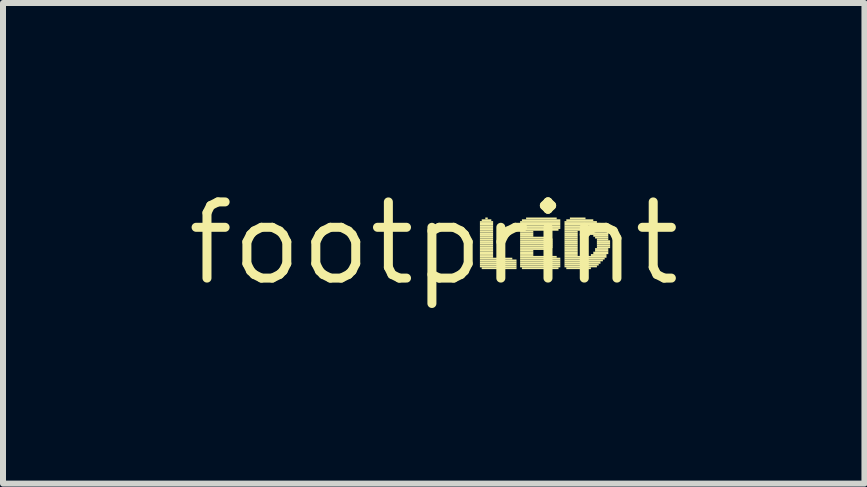
<source format=kicad_pcb>
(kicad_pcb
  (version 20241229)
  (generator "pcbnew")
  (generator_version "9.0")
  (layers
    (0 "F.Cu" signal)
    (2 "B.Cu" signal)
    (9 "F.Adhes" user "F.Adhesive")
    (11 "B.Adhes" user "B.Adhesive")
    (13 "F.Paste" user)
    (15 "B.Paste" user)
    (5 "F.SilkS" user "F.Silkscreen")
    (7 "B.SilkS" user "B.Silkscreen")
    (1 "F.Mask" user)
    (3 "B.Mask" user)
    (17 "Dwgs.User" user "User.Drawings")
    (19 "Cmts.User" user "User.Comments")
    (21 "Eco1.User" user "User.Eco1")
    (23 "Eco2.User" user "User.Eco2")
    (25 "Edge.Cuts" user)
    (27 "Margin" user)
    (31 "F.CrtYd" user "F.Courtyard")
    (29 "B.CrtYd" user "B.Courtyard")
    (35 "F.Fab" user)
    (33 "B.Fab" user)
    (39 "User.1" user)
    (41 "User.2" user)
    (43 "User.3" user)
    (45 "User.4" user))
  (footprint "footprint"
    (layer "F.Cu")
    (at 4.18 1.006)
    (property "Reference" "footprint" (at 0 0 0) (layer "F.SilkS") (effects (font (size 1.27 1.27) (thickness 0.15))))
    (fp_poly (pts (xy 0.77 -0.34) (xy 0.99 -0.34) (xy 0.99 -0.37) (xy 0.77 -0.37)) (stroke (width 0) (type solid)) (fill yes) (layer "F.SilkS"))
    (fp_poly (pts (xy 0.77 -0.3) (xy 0.99 -0.3) (xy 0.99 -0.34) (xy 0.77 -0.34)) (stroke (width 0) (type solid)) (fill yes) (layer "F.SilkS"))
    (fp_poly (pts (xy 0.77 -0.27) (xy 0.99 -0.27) (xy 0.99 -0.3) (xy 0.77 -0.3)) (stroke (width 0) (type solid)) (fill yes) (layer "F.SilkS"))
    (fp_poly (pts (xy 0.77 -0.24) (xy 0.99 -0.24) (xy 0.99 -0.27) (xy 0.77 -0.27)) (stroke (width 0) (type solid)) (fill yes) (layer "F.SilkS"))
    (fp_poly (pts (xy 0.77 -0.21) (xy 0.99 -0.21) (xy 0.99 -0.24) (xy 0.77 -0.24)) (stroke (width 0) (type solid)) (fill yes) (layer "F.SilkS"))
    (fp_poly (pts (xy 0.77 -0.18) (xy 0.99 -0.18) (xy 0.99 -0.21) (xy 0.77 -0.21)) (stroke (width 0) (type solid)) (fill yes) (layer "F.SilkS"))
    (fp_poly (pts (xy 0.77 -0.14) (xy 0.99 -0.14) (xy 0.99 -0.18) (xy 0.77 -0.18)) (stroke (width 0) (type solid)) (fill yes) (layer "F.SilkS"))
    (fp_poly (pts (xy 0.77 -0.11) (xy 0.99 -0.11) (xy 0.99 -0.14) (xy 0.77 -0.14)) (stroke (width 0) (type solid)) (fill yes) (layer "F.SilkS"))
    (fp_poly (pts (xy 0.77 -0.08) (xy 0.99 -0.08) (xy 0.99 -0.11) (xy 0.77 -0.11)) (stroke (width 0) (type solid)) (fill yes) (layer "F.SilkS"))
    (fp_poly (pts (xy 0.77 -0.05) (xy 0.99 -0.05) (xy 0.99 -0.08) (xy 0.77 -0.08)) (stroke (width 0) (type solid)) (fill yes) (layer "F.SilkS"))
    (fp_poly (pts (xy 0.77 -0.02) (xy 0.99 -0.02) (xy 0.99 -0.05) (xy 0.77 -0.05)) (stroke (width 0) (type solid)) (fill yes) (layer "F.SilkS"))
    (fp_poly (pts (xy 0.77 0.02) (xy 0.99 0.02) (xy 0.99 -0.02) (xy 0.77 -0.02)) (stroke (width 0) (type solid)) (fill yes) (layer "F.SilkS"))
    (fp_poly (pts (xy 0.77 0.05) (xy 0.99 0.05) (xy 0.99 0.02) (xy 0.77 0.02)) (stroke (width 0) (type solid)) (fill yes) (layer "F.SilkS"))
    (fp_poly (pts (xy 0.77 0.08) (xy 0.99 0.08) (xy 0.99 0.05) (xy 0.77 0.05)) (stroke (width 0) (type solid)) (fill yes) (layer "F.SilkS"))
    (fp_poly (pts (xy 0.77 0.11) (xy 0.99 0.11) (xy 0.99 0.08) (xy 0.77 0.08)) (stroke (width 0) (type solid)) (fill yes) (layer "F.SilkS"))
    (fp_poly (pts (xy 0.77 0.14) (xy 0.99 0.14) (xy 0.99 0.11) (xy 0.77 0.11)) (stroke (width 0) (type solid)) (fill yes) (layer "F.SilkS"))
    (fp_poly (pts (xy 0.77 0.18) (xy 0.99 0.18) (xy 0.99 0.14) (xy 0.77 0.14)) (stroke (width 0) (type solid)) (fill yes) (layer "F.SilkS"))
    (fp_poly (pts (xy 0.77 0.21) (xy 0.99 0.21) (xy 0.99 0.18) (xy 0.77 0.18)) (stroke (width 0) (type solid)) (fill yes) (layer "F.SilkS"))
    (fp_poly (pts (xy 0.77 0.24) (xy 0.99 0.24) (xy 0.99 0.21) (xy 0.77 0.21)) (stroke (width 0) (type solid)) (fill yes) (layer "F.SilkS"))
    (fp_poly (pts (xy 0.77 0.27) (xy 1.31 0.27) (xy 1.31 0.24) (xy 0.77 0.24)) (stroke (width 0) (type solid)) (fill yes) (layer "F.SilkS"))
    (fp_poly (pts (xy 0.77 0.3) (xy 1.38 0.3) (xy 1.38 0.27) (xy 0.77 0.27)) (stroke (width 0) (type solid)) (fill yes) (layer "F.SilkS"))
    (fp_poly (pts (xy 0.77 0.34) (xy 1.38 0.34) (xy 1.38 0.3) (xy 0.77 0.3)) (stroke (width 0) (type solid)) (fill yes) (layer "F.SilkS"))
    (fp_poly (pts (xy 0.77 0.37) (xy 1.38 0.37) (xy 1.38 0.34) (xy 0.77 0.34)) (stroke (width 0) (type solid)) (fill yes) (layer "F.SilkS"))
    (fp_poly (pts (xy 0.77 0.4) (xy 1.38 0.4) (xy 1.38 0.37) (xy 0.77 0.37)) (stroke (width 0) (type solid)) (fill yes) (layer "F.SilkS"))
    (fp_poly (pts (xy 0.8 -0.37) (xy 0.96 -0.37) (xy 0.96 -0.4) (xy 0.8 -0.4)) (stroke (width 0) (type solid)) (fill yes) (layer "F.SilkS"))
    (fp_poly (pts (xy 0.8 0.43) (xy 1.38 0.43) (xy 1.38 0.4) (xy 0.8 0.4)) (stroke (width 0) (type solid)) (fill yes) (layer "F.SilkS"))
    (fp_poly (pts (xy 0.86 -0.4) (xy 0.9 -0.4) (xy 0.9 -0.43) (xy 0.86 -0.43)) (stroke (width 0) (type solid)) (fill yes) (layer "F.SilkS"))
    (fp_poly (pts (xy 1.44 -0.34) (xy 2.11 -0.34) (xy 2.11 -0.37) (xy 1.44 -0.37)) (stroke (width 0) (type solid)) (fill yes) (layer "F.SilkS"))
    (fp_poly (pts (xy 1.44 -0.3) (xy 2.11 -0.3) (xy 2.11 -0.34) (xy 1.44 -0.34)) (stroke (width 0) (type solid)) (fill yes) (layer "F.SilkS"))
    (fp_poly (pts (xy 1.44 -0.27) (xy 2.11 -0.27) (xy 2.11 -0.3) (xy 1.44 -0.3)) (stroke (width 0) (type solid)) (fill yes) (layer "F.SilkS"))
    (fp_poly (pts (xy 1.44 -0.24) (xy 2.11 -0.24) (xy 2.11 -0.27) (xy 1.44 -0.27)) (stroke (width 0) (type solid)) (fill yes) (layer "F.SilkS"))
    (fp_poly (pts (xy 1.44 -0.21) (xy 2.08 -0.21) (xy 2.08 -0.24) (xy 1.44 -0.24)) (stroke (width 0) (type solid)) (fill yes) (layer "F.SilkS"))
    (fp_poly (pts (xy 1.44 -0.18) (xy 1.66 -0.18) (xy 1.66 -0.21) (xy 1.44 -0.21)) (stroke (width 0) (type solid)) (fill yes) (layer "F.SilkS"))
    (fp_poly (pts (xy 1.44 -0.14) (xy 1.66 -0.14) (xy 1.66 -0.18) (xy 1.44 -0.18)) (stroke (width 0) (type solid)) (fill yes) (layer "F.SilkS"))
    (fp_poly (pts (xy 1.44 -0.11) (xy 1.66 -0.11) (xy 1.66 -0.14) (xy 1.44 -0.14)) (stroke (width 0) (type solid)) (fill yes) (layer "F.SilkS"))
    (fp_poly (pts (xy 1.44 -0.08) (xy 1.92 -0.08) (xy 1.92 -0.11) (xy 1.44 -0.11)) (stroke (width 0) (type solid)) (fill yes) (layer "F.SilkS"))
    (fp_poly (pts (xy 1.44 -0.05) (xy 1.98 -0.05) (xy 1.98 -0.08) (xy 1.44 -0.08)) (stroke (width 0) (type solid)) (fill yes) (layer "F.SilkS"))
    (fp_poly (pts (xy 1.44 -0.02) (xy 1.98 -0.02) (xy 1.98 -0.05) (xy 1.44 -0.05)) (stroke (width 0) (type solid)) (fill yes) (layer "F.SilkS"))
    (fp_poly (pts (xy 1.44 0.02) (xy 1.98 0.02) (xy 1.98 -0.02) (xy 1.44 -0.02)) (stroke (width 0) (type solid)) (fill yes) (layer "F.SilkS"))
    (fp_poly (pts (xy 1.44 0.05) (xy 1.98 0.05) (xy 1.98 0.02) (xy 1.44 0.02)) (stroke (width 0) (type solid)) (fill yes) (layer "F.SilkS"))
    (fp_poly (pts (xy 1.44 0.08) (xy 1.98 0.08) (xy 1.98 0.05) (xy 1.44 0.05)) (stroke (width 0) (type solid)) (fill yes) (layer "F.SilkS"))
    (fp_poly (pts (xy 1.44 0.11) (xy 1.95 0.11) (xy 1.95 0.08) (xy 1.44 0.08)) (stroke (width 0) (type solid)) (fill yes) (layer "F.SilkS"))
    (fp_poly (pts (xy 1.44 0.14) (xy 1.66 0.14) (xy 1.66 0.11) (xy 1.44 0.11)) (stroke (width 0) (type solid)) (fill yes) (layer "F.SilkS"))
    (fp_poly (pts (xy 1.44 0.18) (xy 1.66 0.18) (xy 1.66 0.14) (xy 1.44 0.14)) (stroke (width 0) (type solid)) (fill yes) (layer "F.SilkS"))
    (fp_poly (pts (xy 1.44 0.21) (xy 1.66 0.21) (xy 1.66 0.18) (xy 1.44 0.18)) (stroke (width 0) (type solid)) (fill yes) (layer "F.SilkS"))
    (fp_poly (pts (xy 1.44 0.24) (xy 2.05 0.24) (xy 2.05 0.21) (xy 1.44 0.21)) (stroke (width 0) (type solid)) (fill yes) (layer "F.SilkS"))
    (fp_poly (pts (xy 1.44 0.27) (xy 2.11 0.27) (xy 2.11 0.24) (xy 1.44 0.24)) (stroke (width 0) (type solid)) (fill yes) (layer "F.SilkS"))
    (fp_poly (pts (xy 1.44 0.3) (xy 2.11 0.3) (xy 2.11 0.27) (xy 1.44 0.27)) (stroke (width 0) (type solid)) (fill yes) (layer "F.SilkS"))
    (fp_poly (pts (xy 1.44 0.34) (xy 2.11 0.34) (xy 2.11 0.3) (xy 1.44 0.3)) (stroke (width 0) (type solid)) (fill yes) (layer "F.SilkS"))
    (fp_poly (pts (xy 1.44 0.37) (xy 2.11 0.37) (xy 2.11 0.34) (xy 1.44 0.34)) (stroke (width 0) (type solid)) (fill yes) (layer "F.SilkS"))
    (fp_poly (pts (xy 1.44 0.4) (xy 2.11 0.4) (xy 2.11 0.37) (xy 1.44 0.37)) (stroke (width 0) (type solid)) (fill yes) (layer "F.SilkS"))
    (fp_poly (pts (xy 1.47 -0.37) (xy 2.11 -0.37) (xy 2.11 -0.4) (xy 1.47 -0.4)) (stroke (width 0) (type solid)) (fill yes) (layer "F.SilkS"))
    (fp_poly (pts (xy 1.47 0.43) (xy 2.08 0.43) (xy 2.08 0.4) (xy 1.47 0.4)) (stroke (width 0) (type solid)) (fill yes) (layer "F.SilkS"))
    (fp_poly (pts (xy 1.54 -0.4) (xy 2.05 -0.4) (xy 2.05 -0.43) (xy 1.54 -0.43)) (stroke (width 0) (type solid)) (fill yes) (layer "F.SilkS"))
    (fp_poly (pts (xy 2.18 -0.34) (xy 2.72 -0.34) (xy 2.72 -0.37) (xy 2.18 -0.37)) (stroke (width 0) (type solid)) (fill yes) (layer "F.SilkS"))
    (fp_poly (pts (xy 2.18 -0.3) (xy 2.78 -0.3) (xy 2.78 -0.34) (xy 2.18 -0.34)) (stroke (width 0) (type solid)) (fill yes) (layer "F.SilkS"))
    (fp_poly (pts (xy 2.18 -0.27) (xy 2.82 -0.27) (xy 2.82 -0.3) (xy 2.18 -0.3)) (stroke (width 0) (type solid)) (fill yes) (layer "F.SilkS"))
    (fp_poly (pts (xy 2.18 -0.24) (xy 2.85 -0.24) (xy 2.85 -0.27) (xy 2.18 -0.27)) (stroke (width 0) (type solid)) (fill yes) (layer "F.SilkS"))
    (fp_poly (pts (xy 2.18 -0.21) (xy 2.88 -0.21) (xy 2.88 -0.24) (xy 2.18 -0.24)) (stroke (width 0) (type solid)) (fill yes) (layer "F.SilkS"))
    (fp_poly (pts (xy 2.18 -0.18) (xy 2.4 -0.18) (xy 2.4 -0.21) (xy 2.18 -0.21)) (stroke (width 0) (type solid)) (fill yes) (layer "F.SilkS"))
    (fp_poly (pts (xy 2.18 -0.14) (xy 2.4 -0.14) (xy 2.4 -0.18) (xy 2.18 -0.18)) (stroke (width 0) (type solid)) (fill yes) (layer "F.SilkS"))
    (fp_poly (pts (xy 2.18 -0.11) (xy 2.4 -0.11) (xy 2.4 -0.14) (xy 2.18 -0.14)) (stroke (width 0) (type solid)) (fill yes) (layer "F.SilkS"))
    (fp_poly (pts (xy 2.18 -0.08) (xy 2.4 -0.08) (xy 2.4 -0.11) (xy 2.18 -0.11)) (stroke (width 0) (type solid)) (fill yes) (layer "F.SilkS"))
    (fp_poly (pts (xy 2.18 -0.05) (xy 2.4 -0.05) (xy 2.4 -0.08) (xy 2.18 -0.08)) (stroke (width 0) (type solid)) (fill yes) (layer "F.SilkS"))
    (fp_poly (pts (xy 2.18 -0.02) (xy 2.4 -0.02) (xy 2.4 -0.05) (xy 2.18 -0.05)) (stroke (width 0) (type solid)) (fill yes) (layer "F.SilkS"))
    (fp_poly (pts (xy 2.18 0.02) (xy 2.4 0.02) (xy 2.4 -0.02) (xy 2.18 -0.02)) (stroke (width 0) (type solid)) (fill yes) (layer "F.SilkS"))
    (fp_poly (pts (xy 2.18 0.05) (xy 2.4 0.05) (xy 2.4 0.02) (xy 2.18 0.02)) (stroke (width 0) (type solid)) (fill yes) (layer "F.SilkS"))
    (fp_poly (pts (xy 2.18 0.08) (xy 2.4 0.08) (xy 2.4 0.05) (xy 2.18 0.05)) (stroke (width 0) (type solid)) (fill yes) (layer "F.SilkS"))
    (fp_poly (pts (xy 2.18 0.11) (xy 2.4 0.11) (xy 2.4 0.08) (xy 2.18 0.08)) (stroke (width 0) (type solid)) (fill yes) (layer "F.SilkS"))
    (fp_poly (pts (xy 2.18 0.14) (xy 2.4 0.14) (xy 2.4 0.11) (xy 2.18 0.11)) (stroke (width 0) (type solid)) (fill yes) (layer "F.SilkS"))
    (fp_poly (pts (xy 2.18 0.18) (xy 2.4 0.18) (xy 2.4 0.14) (xy 2.18 0.14)) (stroke (width 0) (type solid)) (fill yes) (layer "F.SilkS"))
    (fp_poly (pts (xy 2.18 0.21) (xy 2.4 0.21) (xy 2.4 0.18) (xy 2.18 0.18)) (stroke (width 0) (type solid)) (fill yes) (layer "F.SilkS"))
    (fp_poly (pts (xy 2.18 0.24) (xy 2.88 0.24) (xy 2.88 0.21) (xy 2.18 0.21)) (stroke (width 0) (type solid)) (fill yes) (layer "F.SilkS"))
    (fp_poly (pts (xy 2.18 0.27) (xy 2.85 0.27) (xy 2.85 0.24) (xy 2.18 0.24)) (stroke (width 0) (type solid)) (fill yes) (layer "F.SilkS"))
    (fp_poly (pts (xy 2.18 0.3) (xy 2.82 0.3) (xy 2.82 0.27) (xy 2.18 0.27)) (stroke (width 0) (type solid)) (fill yes) (layer "F.SilkS"))
    (fp_poly (pts (xy 2.18 0.34) (xy 2.78 0.34) (xy 2.78 0.3) (xy 2.18 0.3)) (stroke (width 0) (type solid)) (fill yes) (layer "F.SilkS"))
    (fp_poly (pts (xy 2.18 0.37) (xy 2.75 0.37) (xy 2.75 0.34) (xy 2.18 0.34)) (stroke (width 0) (type solid)) (fill yes) (layer "F.SilkS"))
    (fp_poly (pts (xy 2.18 0.4) (xy 2.72 0.4) (xy 2.72 0.37) (xy 2.18 0.37)) (stroke (width 0) (type solid)) (fill yes) (layer "F.SilkS"))
    (fp_poly (pts (xy 2.21 -0.37) (xy 2.66 -0.37) (xy 2.66 -0.4) (xy 2.21 -0.4)) (stroke (width 0) (type solid)) (fill yes) (layer "F.SilkS"))
    (fp_poly (pts (xy 2.21 0.43) (xy 2.62 0.43) (xy 2.62 0.4) (xy 2.21 0.4)) (stroke (width 0) (type solid)) (fill yes) (layer "F.SilkS"))
    (fp_poly (pts (xy 2.27 -0.4) (xy 2.53 -0.4) (xy 2.53 -0.43) (xy 2.27 -0.43)) (stroke (width 0) (type solid)) (fill yes) (layer "F.SilkS"))
    (fp_poly (pts (xy 2.56 -0.18) (xy 2.88 -0.18) (xy 2.88 -0.21) (xy 2.56 -0.21)) (stroke (width 0) (type solid)) (fill yes) (layer "F.SilkS"))
    (fp_poly (pts (xy 2.62 -0.14) (xy 2.91 -0.14) (xy 2.91 -0.18) (xy 2.62 -0.18)) (stroke (width 0) (type solid)) (fill yes) (layer "F.SilkS"))
    (fp_poly (pts (xy 2.62 0.21) (xy 2.88 0.21) (xy 2.88 0.18) (xy 2.62 0.18)) (stroke (width 0) (type solid)) (fill yes) (layer "F.SilkS"))
    (fp_poly (pts (xy 2.66 -0.11) (xy 2.91 -0.11) (xy 2.91 -0.14) (xy 2.66 -0.14)) (stroke (width 0) (type solid)) (fill yes) (layer "F.SilkS"))
    (fp_poly (pts (xy 2.66 0.18) (xy 2.91 0.18) (xy 2.91 0.14) (xy 2.66 0.14)) (stroke (width 0) (type solid)) (fill yes) (layer "F.SilkS"))
    (fp_poly (pts (xy 2.69 -0.08) (xy 2.91 -0.08) (xy 2.91 -0.11) (xy 2.69 -0.11)) (stroke (width 0) (type solid)) (fill yes) (layer "F.SilkS"))
    (fp_poly (pts (xy 2.69 0.11) (xy 2.91 0.11) (xy 2.91 0.08) (xy 2.69 0.08)) (stroke (width 0) (type solid)) (fill yes) (layer "F.SilkS"))
    (fp_poly (pts (xy 2.69 0.14) (xy 2.91 0.14) (xy 2.91 0.11) (xy 2.69 0.11)) (stroke (width 0) (type solid)) (fill yes) (layer "F.SilkS"))
    (fp_poly (pts (xy 2.72 -0.05) (xy 2.91 -0.05) (xy 2.91 -0.08) (xy 2.72 -0.08)) (stroke (width 0) (type solid)) (fill yes) (layer "F.SilkS"))
    (fp_poly (pts (xy 2.72 -0.02) (xy 2.94 -0.02) (xy 2.94 -0.05) (xy 2.72 -0.05)) (stroke (width 0) (type solid)) (fill yes) (layer "F.SilkS"))
    (fp_poly (pts (xy 2.72 0.02) (xy 2.94 0.02) (xy 2.94 -0.02) (xy 2.72 -0.02)) (stroke (width 0) (type solid)) (fill yes) (layer "F.SilkS"))
    (fp_poly (pts (xy 2.72 0.05) (xy 2.94 0.05) (xy 2.94 0.02) (xy 2.72 0.02)) (stroke (width 0) (type solid)) (fill yes) (layer "F.SilkS"))
    (fp_poly (pts (xy 2.72 0.08) (xy 2.94 0.08) (xy 2.94 0.05) (xy 2.72 0.05)) (stroke (width 0) (type solid)) (fill yes) (layer "F.SilkS")))
  (gr_rect
    (start -3 -3)
    (end 11.36 5.012)
    (stroke (width 0.1) (type default))
    (fill no)
    (layer "Edge.Cuts")))
</source>
